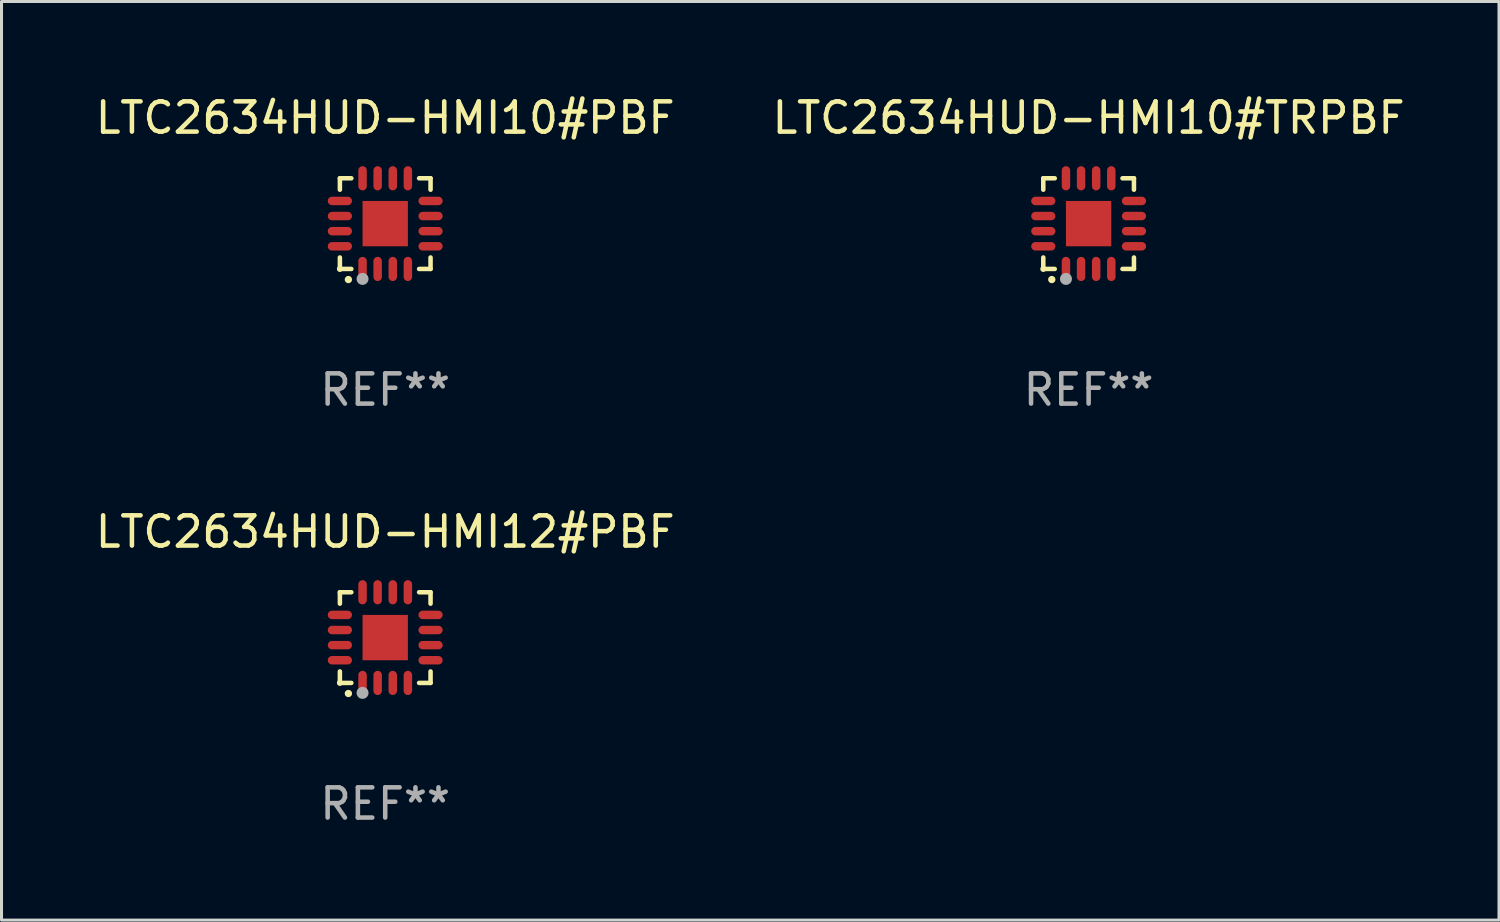
<source format=kicad_pcb>
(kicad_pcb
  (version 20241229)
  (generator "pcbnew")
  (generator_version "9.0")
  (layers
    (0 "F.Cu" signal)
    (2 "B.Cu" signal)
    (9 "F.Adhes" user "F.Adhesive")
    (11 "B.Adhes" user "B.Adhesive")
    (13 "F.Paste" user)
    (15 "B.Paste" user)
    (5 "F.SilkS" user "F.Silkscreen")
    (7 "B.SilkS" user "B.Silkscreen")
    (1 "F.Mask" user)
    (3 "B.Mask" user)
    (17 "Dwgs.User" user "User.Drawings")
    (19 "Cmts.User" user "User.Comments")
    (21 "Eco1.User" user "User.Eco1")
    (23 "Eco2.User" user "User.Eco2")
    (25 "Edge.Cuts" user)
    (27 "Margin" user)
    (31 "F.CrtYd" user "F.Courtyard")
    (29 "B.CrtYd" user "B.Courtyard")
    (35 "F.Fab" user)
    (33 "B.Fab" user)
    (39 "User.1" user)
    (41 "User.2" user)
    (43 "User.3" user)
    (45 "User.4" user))
  (footprint "LTC2634HUD-HMI10#PBF"
    (layer "F.Cu")
    (at 9.696 4.349)
    (property "Reference" "LTC2634HUD-HMI10#PBF" (at 0 -3.5 0) (layer "F.SilkS") (effects (font (size 1 1) (thickness 0.15))))
    (attr through_hole)
    (fp_line (start -1.5 -1.5) (end -1.121 -1.5) (stroke (width 0.15) (type solid)) (layer "F.SilkS"))
    (fp_line (start -1.5 -1.122) (end -1.5 -1.5) (stroke (width 0.15) (type solid)) (layer "F.SilkS"))
    (fp_line (start -1.5 1.5) (end -1.5 1.121) (stroke (width 0.15) (type solid)) (layer "F.SilkS"))
    (fp_line (start -1.121 1.5) (end -1.5 1.5) (stroke (width 0.15) (type solid)) (layer "F.SilkS"))
    (fp_line (start 1.121 -1.5) (end 1.5 -1.5) (stroke (width 0.15) (type solid)) (layer "F.SilkS"))
    (fp_line (start 1.5 -1.5) (end 1.5 -1.122) (stroke (width 0.15) (type solid)) (layer "F.SilkS"))
    (fp_line (start 1.5 1.121) (end 1.5 1.5) (stroke (width 0.15) (type solid)) (layer "F.SilkS"))
    (fp_line (start 1.5 1.5) (end 1.121 1.5) (stroke (width 0.15) (type solid)) (layer "F.SilkS"))
    (fp_arc (start -1.219926 1.850254) (mid -1.21891 1.85025) (end -1.217894 1.850254) (stroke (width 0.240005) (type solid)) (layer "F.SilkS"))
    (fp_circle (center -1.5 1.5) (end -1.45 1.5) (stroke (width 0.1) (type solid)) (fill no) (layer "F.SilkS"))
    (fp_circle (center -0.75 1.83) (end -0.65 1.83) (stroke (width 0.2) (type solid)) (fill no) (layer "F.Fab"))
    (fp_text user "REF**" (at 0 5.5 0) (layer "F.Fab") (effects (font (size 1 1) (thickness 0.15))))
    (pad "1" smd oval (at -0.75 1.5) (size 0.28 0.8) (layers "F.Cu" "F.Mask" "F.Paste"))
    (pad "2" smd oval (at -0.25 1.5) (size 0.28 0.8) (layers "F.Cu" "F.Mask" "F.Paste"))
    (pad "3" smd oval (at 0.25 1.5) (size 0.28 0.8) (layers "F.Cu" "F.Mask" "F.Paste"))
    (pad "4" smd oval (at 0.75 1.5) (size 0.28 0.8) (layers "F.Cu" "F.Mask" "F.Paste"))
    (pad "5" smd oval (at 1.5 0.75) (size 0.8 0.28) (layers "F.Cu" "F.Mask" "F.Paste"))
    (pad "6" smd oval (at 1.5 0.25) (size 0.8 0.28) (layers "F.Cu" "F.Mask" "F.Paste"))
    (pad "7" smd oval (at 1.5 -0.25) (size 0.8 0.28) (layers "F.Cu" "F.Mask" "F.Paste"))
    (pad "8" smd oval (at 1.5 -0.75) (size 0.8 0.28) (layers "F.Cu" "F.Mask" "F.Paste"))
    (pad "9" smd oval (at 0.75 -1.5) (size 0.28 0.8) (layers "F.Cu" "F.Mask" "F.Paste"))
    (pad "10" smd oval (at 0.25 -1.5) (size 0.28 0.8) (layers "F.Cu" "F.Mask" "F.Paste"))
    (pad "11" smd oval (at -0.25 -1.5) (size 0.28 0.8) (layers "F.Cu" "F.Mask" "F.Paste"))
    (pad "12" smd oval (at -0.75 -1.5) (size 0.28 0.8) (layers "F.Cu" "F.Mask" "F.Paste"))
    (pad "13" smd oval (at -1.5 -0.75) (size 0.8 0.28) (layers "F.Cu" "F.Mask" "F.Paste"))
    (pad "14" smd oval (at -1.5 -0.25) (size 0.8 0.28) (layers "F.Cu" "F.Mask" "F.Paste"))
    (pad "15" smd oval (at -1.5 0.25) (size 0.8 0.28) (layers "F.Cu" "F.Mask" "F.Paste"))
    (pad "16" smd oval (at -1.5 0.75) (size 0.8 0.28) (layers "F.Cu" "F.Mask" "F.Paste"))
    (pad "17" smd rect (at -0.000064 0.000165) (size 1.5 1.5) (layers "F.Cu" "F.Mask" "F.Paste")))
  (footprint "LTC2634HUD-HMI12#PBF"
    (layer "F.Cu")
    (at 9.696 18.046)
    (property "Reference" "LTC2634HUD-HMI12#PBF" (at 0 -3.5 0) (layer "F.SilkS") (effects (font (size 1 1) (thickness 0.15))))
    (attr through_hole)
    (fp_line (start -1.5 -1.5) (end -1.121 -1.5) (stroke (width 0.15) (type solid)) (layer "F.SilkS"))
    (fp_line (start -1.5 -1.122) (end -1.5 -1.5) (stroke (width 0.15) (type solid)) (layer "F.SilkS"))
    (fp_line (start -1.5 1.5) (end -1.5 1.121) (stroke (width 0.15) (type solid)) (layer "F.SilkS"))
    (fp_line (start -1.121 1.5) (end -1.5 1.5) (stroke (width 0.15) (type solid)) (layer "F.SilkS"))
    (fp_line (start 1.121 -1.5) (end 1.5 -1.5) (stroke (width 0.15) (type solid)) (layer "F.SilkS"))
    (fp_line (start 1.5 -1.5) (end 1.5 -1.122) (stroke (width 0.15) (type solid)) (layer "F.SilkS"))
    (fp_line (start 1.5 1.121) (end 1.5 1.5) (stroke (width 0.15) (type solid)) (layer "F.SilkS"))
    (fp_line (start 1.5 1.5) (end 1.121 1.5) (stroke (width 0.15) (type solid)) (layer "F.SilkS"))
    (fp_arc (start -1.219926 1.850254) (mid -1.21891 1.85025) (end -1.217894 1.850254) (stroke (width 0.240005) (type solid)) (layer "F.SilkS"))
    (fp_circle (center -1.5 1.5) (end -1.45 1.5) (stroke (width 0.1) (type solid)) (fill no) (layer "F.SilkS"))
    (fp_circle (center -0.75 1.83) (end -0.65 1.83) (stroke (width 0.2) (type solid)) (fill no) (layer "F.Fab"))
    (fp_text user "REF**" (at 0 5.5 0) (layer "F.Fab") (effects (font (size 1 1) (thickness 0.15))))
    (pad "1" smd oval (at -0.75 1.5) (size 0.28 0.8) (layers "F.Cu" "F.Mask" "F.Paste"))
    (pad "2" smd oval (at -0.25 1.5) (size 0.28 0.8) (layers "F.Cu" "F.Mask" "F.Paste"))
    (pad "3" smd oval (at 0.25 1.5) (size 0.28 0.8) (layers "F.Cu" "F.Mask" "F.Paste"))
    (pad "4" smd oval (at 0.75 1.5) (size 0.28 0.8) (layers "F.Cu" "F.Mask" "F.Paste"))
    (pad "5" smd oval (at 1.5 0.75) (size 0.8 0.28) (layers "F.Cu" "F.Mask" "F.Paste"))
    (pad "6" smd oval (at 1.5 0.25) (size 0.8 0.28) (layers "F.Cu" "F.Mask" "F.Paste"))
    (pad "7" smd oval (at 1.5 -0.25) (size 0.8 0.28) (layers "F.Cu" "F.Mask" "F.Paste"))
    (pad "8" smd oval (at 1.5 -0.75) (size 0.8 0.28) (layers "F.Cu" "F.Mask" "F.Paste"))
    (pad "9" smd oval (at 0.75 -1.5) (size 0.28 0.8) (layers "F.Cu" "F.Mask" "F.Paste"))
    (pad "10" smd oval (at 0.25 -1.5) (size 0.28 0.8) (layers "F.Cu" "F.Mask" "F.Paste"))
    (pad "11" smd oval (at -0.25 -1.5) (size 0.28 0.8) (layers "F.Cu" "F.Mask" "F.Paste"))
    (pad "12" smd oval (at -0.75 -1.5) (size 0.28 0.8) (layers "F.Cu" "F.Mask" "F.Paste"))
    (pad "13" smd oval (at -1.5 -0.75) (size 0.8 0.28) (layers "F.Cu" "F.Mask" "F.Paste"))
    (pad "14" smd oval (at -1.5 -0.25) (size 0.8 0.28) (layers "F.Cu" "F.Mask" "F.Paste"))
    (pad "15" smd oval (at -1.5 0.25) (size 0.8 0.28) (layers "F.Cu" "F.Mask" "F.Paste"))
    (pad "16" smd oval (at -1.5 0.75) (size 0.8 0.28) (layers "F.Cu" "F.Mask" "F.Paste"))
    (pad "17" smd rect (at -0.000064 0.000165) (size 1.5 1.5) (layers "F.Cu" "F.Mask" "F.Paste")))
  (footprint "LTC2634HUD-HMI10#TRPBF"
    (layer "F.Cu")
    (at 32.97 4.349)
    (property "Reference" "LTC2634HUD-HMI10#TRPBF" (at 0 -3.5 0) (layer "F.SilkS") (effects (font (size 1 1) (thickness 0.15))))
    (attr through_hole)
    (fp_line (start -1.5 -1.5) (end -1.121 -1.5) (stroke (width 0.15) (type solid)) (layer "F.SilkS"))
    (fp_line (start -1.5 -1.122) (end -1.5 -1.5) (stroke (width 0.15) (type solid)) (layer "F.SilkS"))
    (fp_line (start -1.5 1.5) (end -1.5 1.121) (stroke (width 0.15) (type solid)) (layer "F.SilkS"))
    (fp_line (start -1.121 1.5) (end -1.5 1.5) (stroke (width 0.15) (type solid)) (layer "F.SilkS"))
    (fp_line (start 1.121 -1.5) (end 1.5 -1.5) (stroke (width 0.15) (type solid)) (layer "F.SilkS"))
    (fp_line (start 1.5 -1.5) (end 1.5 -1.122) (stroke (width 0.15) (type solid)) (layer "F.SilkS"))
    (fp_line (start 1.5 1.121) (end 1.5 1.5) (stroke (width 0.15) (type solid)) (layer "F.SilkS"))
    (fp_line (start 1.5 1.5) (end 1.121 1.5) (stroke (width 0.15) (type solid)) (layer "F.SilkS"))
    (fp_arc (start -1.219926 1.850254) (mid -1.21891 1.85025) (end -1.217894 1.850254) (stroke (width 0.240005) (type solid)) (layer "F.SilkS"))
    (fp_circle (center -1.5 1.5) (end -1.45 1.5) (stroke (width 0.1) (type solid)) (fill no) (layer "F.SilkS"))
    (fp_circle (center -0.75 1.83) (end -0.65 1.83) (stroke (width 0.2) (type solid)) (fill no) (layer "F.Fab"))
    (fp_text user "REF**" (at 0 5.5 0) (layer "F.Fab") (effects (font (size 1 1) (thickness 0.15))))
    (pad "1" smd oval (at -0.75 1.5) (size 0.28 0.8) (layers "F.Cu" "F.Mask" "F.Paste"))
    (pad "2" smd oval (at -0.25 1.5) (size 0.28 0.8) (layers "F.Cu" "F.Mask" "F.Paste"))
    (pad "3" smd oval (at 0.25 1.5) (size 0.28 0.8) (layers "F.Cu" "F.Mask" "F.Paste"))
    (pad "4" smd oval (at 0.75 1.5) (size 0.28 0.8) (layers "F.Cu" "F.Mask" "F.Paste"))
    (pad "5" smd oval (at 1.5 0.75) (size 0.8 0.28) (layers "F.Cu" "F.Mask" "F.Paste"))
    (pad "6" smd oval (at 1.5 0.25) (size 0.8 0.28) (layers "F.Cu" "F.Mask" "F.Paste"))
    (pad "7" smd oval (at 1.5 -0.25) (size 0.8 0.28) (layers "F.Cu" "F.Mask" "F.Paste"))
    (pad "8" smd oval (at 1.5 -0.75) (size 0.8 0.28) (layers "F.Cu" "F.Mask" "F.Paste"))
    (pad "9" smd oval (at 0.75 -1.5) (size 0.28 0.8) (layers "F.Cu" "F.Mask" "F.Paste"))
    (pad "10" smd oval (at 0.25 -1.5) (size 0.28 0.8) (layers "F.Cu" "F.Mask" "F.Paste"))
    (pad "11" smd oval (at -0.25 -1.5) (size 0.28 0.8) (layers "F.Cu" "F.Mask" "F.Paste"))
    (pad "12" smd oval (at -0.75 -1.5) (size 0.28 0.8) (layers "F.Cu" "F.Mask" "F.Paste"))
    (pad "13" smd oval (at -1.5 -0.75) (size 0.8 0.28) (layers "F.Cu" "F.Mask" "F.Paste"))
    (pad "14" smd oval (at -1.5 -0.25) (size 0.8 0.28) (layers "F.Cu" "F.Mask" "F.Paste"))
    (pad "15" smd oval (at -1.5 0.25) (size 0.8 0.28) (layers "F.Cu" "F.Mask" "F.Paste"))
    (pad "16" smd oval (at -1.5 0.75) (size 0.8 0.28) (layers "F.Cu" "F.Mask" "F.Paste"))
    (pad "17" smd rect (at -0.000064 0.000165) (size 1.5 1.5) (layers "F.Cu" "F.Mask" "F.Paste")))
  (gr_rect
    (start -3 -3)
    (end 46.548 27.394)
    (stroke (width 0.1) (type default))
    (fill no)
    (layer "Edge.Cuts")))
</source>
